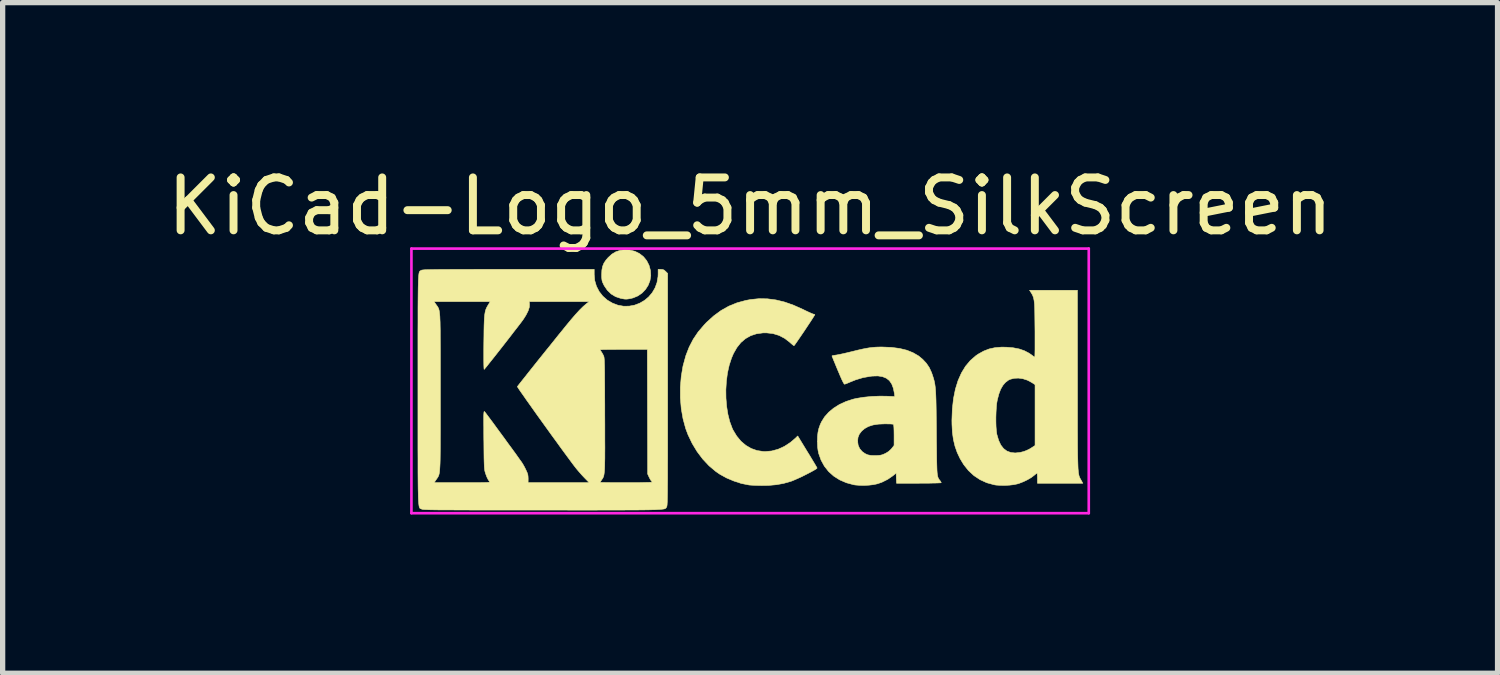
<source format=kicad_pcb>
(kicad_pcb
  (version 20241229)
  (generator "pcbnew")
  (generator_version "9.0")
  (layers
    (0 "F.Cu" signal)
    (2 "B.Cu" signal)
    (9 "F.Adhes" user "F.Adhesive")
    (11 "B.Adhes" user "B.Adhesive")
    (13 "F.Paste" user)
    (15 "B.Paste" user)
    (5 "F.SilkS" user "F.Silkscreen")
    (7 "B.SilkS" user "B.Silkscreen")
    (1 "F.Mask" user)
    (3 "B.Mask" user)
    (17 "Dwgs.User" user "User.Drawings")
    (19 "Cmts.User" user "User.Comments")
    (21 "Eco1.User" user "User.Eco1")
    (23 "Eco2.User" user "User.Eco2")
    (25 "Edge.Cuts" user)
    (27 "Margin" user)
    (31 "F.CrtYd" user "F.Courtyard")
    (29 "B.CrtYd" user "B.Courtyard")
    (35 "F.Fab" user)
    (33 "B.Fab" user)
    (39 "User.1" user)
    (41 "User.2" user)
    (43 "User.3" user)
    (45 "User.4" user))
  (footprint "KiCad-Logo_5mm_SilkScreen"
    (layer "F.Cu")
    (at 11.125 4.648)
    (property "Reference" "KiCad-Logo_5mm_SilkScreen" (at 0 -3.8 0) (layer "F.SilkS") (effects (font (size 1 1) (thickness 0.15))))
    (attr exclude_from_pos_files exclude_from_bom)
    (fp_poly (pts (xy -2.273 -2.973) (xy -2.177 -2.949) (xy -2.09 -2.906) (xy -2.015 -2.847) (xy -1.954 -2.772) (xy -1.909 -2.683) (xy -1.883 -2.586) (xy -1.877 -2.489) (xy -1.892 -2.395) (xy -1.926 -2.307) (xy -1.977 -2.228) (xy -2.042 -2.16) (xy -2.121 -2.106) (xy -2.212 -2.068) (xy -2.263 -2.056) (xy -2.308 -2.048) (xy -2.342 -2.045) (xy -2.375 -2.047) (xy -2.415 -2.054) (xy -2.449 -2.061) (xy -2.542 -2.092) (xy -2.626 -2.143) (xy -2.698 -2.213) (xy -2.756 -2.298) (xy -2.77 -2.326) (xy -2.787 -2.362) (xy -2.797 -2.392) (xy -2.802 -2.425) (xy -2.805 -2.466) (xy -2.805 -2.512) (xy -2.801 -2.596) (xy -2.787 -2.665) (xy -2.762 -2.726) (xy -2.723 -2.784) (xy -2.684 -2.829) (xy -2.612 -2.895) (xy -2.537 -2.94) (xy -2.455 -2.967) (xy -2.377 -2.977) (xy -2.273 -2.973)) (stroke (width 0.01) (type solid)) (fill yes) (layer "F.SilkS"))
    (fp_poly (pts (xy 0.328 -2.051) (xy 0.489 -2.03) (xy 0.653 -1.99) (xy 0.822 -1.93) (xy 1 -1.851) (xy 1.011 -1.845) (xy 1.069 -1.817) (xy 1.121 -1.793) (xy 1.162 -1.775) (xy 1.19 -1.764) (xy 1.2 -1.761) (xy 1.219 -1.756) (xy 1.224 -1.752) (xy 1.218 -1.741) (xy 1.202 -1.715) (xy 1.177 -1.676) (xy 1.145 -1.626) (xy 1.107 -1.569) (xy 1.066 -1.507) (xy 1.023 -1.442) (xy 0.98 -1.379) (xy 0.939 -1.319) (xy 0.902 -1.265) (xy 0.871 -1.22) (xy 0.847 -1.186) (xy 0.832 -1.167) (xy 0.83 -1.165) (xy 0.82 -1.17) (xy 0.798 -1.187) (xy 0.767 -1.214) (xy 0.752 -1.228) (xy 0.655 -1.303) (xy 0.548 -1.359) (xy 0.433 -1.394) (xy 0.31 -1.408) (xy 0.241 -1.407) (xy 0.119 -1.39) (xy 0.01 -1.354) (xy -0.087 -1.299) (xy -0.174 -1.225) (xy -0.249 -1.131) (xy -0.314 -1.018) (xy -0.351 -0.931) (xy -0.395 -0.796) (xy -0.428 -0.648) (xy -0.448 -0.493) (xy -0.458 -0.333) (xy -0.456 -0.173) (xy -0.443 -0.016) (xy -0.419 0.133) (xy -0.384 0.271) (xy -0.338 0.395) (xy -0.322 0.429) (xy -0.253 0.543) (xy -0.173 0.64) (xy -0.081 0.718) (xy 0.02 0.777) (xy 0.13 0.816) (xy 0.247 0.834) (xy 0.289 0.835) (xy 0.41 0.824) (xy 0.531 0.791) (xy 0.649 0.737) (xy 0.762 0.663) (xy 0.854 0.585) (xy 0.9 0.54) (xy 1.081 0.837) (xy 1.127 0.911) (xy 1.168 0.98) (xy 1.204 1.039) (xy 1.233 1.088) (xy 1.254 1.124) (xy 1.265 1.144) (xy 1.266 1.147) (xy 1.258 1.157) (xy 1.233 1.174) (xy 1.193 1.197) (xy 1.142 1.225) (xy 1.084 1.255) (xy 1.021 1.287) (xy 0.958 1.318) (xy 0.896 1.346) (xy 0.839 1.371) (xy 0.791 1.391) (xy 0.768 1.399) (xy 0.634 1.437) (xy 0.496 1.462) (xy 0.349 1.475) (xy 0.222 1.477) (xy 0.154 1.476) (xy 0.088 1.474) (xy 0.031 1.471) (xy -0.013 1.468) (xy -0.027 1.466) (xy -0.166 1.438) (xy -0.307 1.392) (xy -0.445 1.334) (xy -0.572 1.264) (xy -0.649 1.211) (xy -0.777 1.103) (xy -0.895 0.977) (xy -1.002 0.835) (xy -1.095 0.681) (xy -1.173 0.518) (xy -1.217 0.401) (xy -1.267 0.217) (xy -1.301 0.023) (xy -1.318 -0.179) (xy -1.318 -0.382) (xy -1.301 -0.584) (xy -1.268 -0.781) (xy -1.217 -0.967) (xy -1.214 -0.978) (xy -1.151 -1.14) (xy -1.074 -1.288) (xy -0.981 -1.426) (xy -0.868 -1.558) (xy -0.825 -1.604) (xy -0.688 -1.728) (xy -0.549 -1.83) (xy -0.403 -1.912) (xy -0.249 -1.975) (xy -0.084 -2.02) (xy 0.011 -2.038) (xy 0.17 -2.054) (xy 0.328 -2.051)) (stroke (width 0.01) (type solid)) (fill yes) (layer "F.SilkS"))
    (fp_poly (pts (xy 6.187 -0.528) (xy 6.187 -0.293) (xy 6.187 -0.08) (xy 6.187 0.112) (xy 6.187 0.285) (xy 6.187 0.441) (xy 6.188 0.579) (xy 6.188 0.701) (xy 6.189 0.808) (xy 6.19 0.901) (xy 6.192 0.982) (xy 6.194 1.051) (xy 6.196 1.11) (xy 6.198 1.159) (xy 6.202 1.2) (xy 6.205 1.234) (xy 6.21 1.262) (xy 6.214 1.285) (xy 6.22 1.304) (xy 6.226 1.321) (xy 6.233 1.335) (xy 6.24 1.349) (xy 6.249 1.364) (xy 6.254 1.373) (xy 6.288 1.434) (xy 5.43 1.434) (xy 5.43 1.338) (xy 5.429 1.294) (xy 5.427 1.261) (xy 5.424 1.243) (xy 5.423 1.242) (xy 5.412 1.249) (xy 5.389 1.267) (xy 5.366 1.286) (xy 5.312 1.327) (xy 5.242 1.368) (xy 5.165 1.405) (xy 5.088 1.435) (xy 5.057 1.445) (xy 4.989 1.46) (xy 4.906 1.47) (xy 4.816 1.475) (xy 4.728 1.474) (xy 4.649 1.469) (xy 4.612 1.463) (xy 4.473 1.425) (xy 4.346 1.367) (xy 4.23 1.29) (xy 4.127 1.195) (xy 4.036 1.081) (xy 3.969 0.97) (xy 3.914 0.854) (xy 3.872 0.734) (xy 3.842 0.608) (xy 3.823 0.472) (xy 3.815 0.32) (xy 3.814 0.243) (xy 3.816 0.186) (xy 4.645 0.186) (xy 4.645 0.279) (xy 4.648 0.367) (xy 4.654 0.444) (xy 4.662 0.505) (xy 4.665 0.517) (xy 4.697 0.625) (xy 4.738 0.712) (xy 4.79 0.779) (xy 4.853 0.826) (xy 4.926 0.853) (xy 5.011 0.862) (xy 5.107 0.851) (xy 5.17 0.835) (xy 5.219 0.817) (xy 5.274 0.791) (xy 5.314 0.767) (xy 5.385 0.721) (xy 5.385 -0.429) (xy 5.317 -0.473) (xy 5.239 -0.514) (xy 5.155 -0.541) (xy 5.07 -0.553) (xy 4.988 -0.549) (xy 4.915 -0.53) (xy 4.883 -0.515) (xy 4.826 -0.472) (xy 4.777 -0.415) (xy 4.735 -0.342) (xy 4.701 -0.252) (xy 4.672 -0.141) (xy 4.671 -0.135) (xy 4.66 -0.073) (xy 4.653 0.005) (xy 4.648 0.093) (xy 4.645 0.186) (xy 3.816 0.186) (xy 3.822 0.03) (xy 3.844 -0.166) (xy 3.88 -0.345) (xy 3.93 -0.506) (xy 3.994 -0.65) (xy 4.071 -0.777) (xy 4.163 -0.886) (xy 4.268 -0.977) (xy 4.314 -1.008) (xy 4.415 -1.064) (xy 4.518 -1.104) (xy 4.628 -1.128) (xy 4.749 -1.138) (xy 4.842 -1.137) (xy 4.971 -1.126) (xy 5.084 -1.104) (xy 5.183 -1.07) (xy 5.271 -1.024) (xy 5.32 -0.99) (xy 5.349 -0.968) (xy 5.371 -0.953) (xy 5.379 -0.948) (xy 5.381 -0.959) (xy 5.382 -0.99) (xy 5.383 -1.037) (xy 5.384 -1.1) (xy 5.384 -1.173) (xy 5.384 -1.256) (xy 5.384 -1.344) (xy 5.384 -1.436) (xy 5.383 -1.528) (xy 5.382 -1.618) (xy 5.381 -1.704) (xy 5.38 -1.781) (xy 5.379 -1.848) (xy 5.377 -1.902) (xy 5.375 -1.94) (xy 5.375 -1.947) (xy 5.367 -2.018) (xy 5.356 -2.073) (xy 5.338 -2.12) (xy 5.312 -2.166) (xy 5.305 -2.176) (xy 5.281 -2.213) (xy 6.186 -2.213) (xy 6.187 -0.528)) (stroke (width 0.01) (type solid)) (fill yes) (layer "F.SilkS"))
    (fp_poly (pts (xy 2.674 -1.133) (xy 2.825 -1.113) (xy 2.961 -1.08) (xy 3.08 -1.032) (xy 3.185 -0.971) (xy 3.262 -0.907) (xy 3.331 -0.833) (xy 3.385 -0.753) (xy 3.428 -0.661) (xy 3.443 -0.618) (xy 3.456 -0.579) (xy 3.467 -0.543) (xy 3.477 -0.508) (xy 3.485 -0.472) (xy 3.492 -0.433) (xy 3.498 -0.39) (xy 3.503 -0.34) (xy 3.507 -0.283) (xy 3.51 -0.215) (xy 3.513 -0.136) (xy 3.515 -0.043) (xy 3.517 0.066) (xy 3.518 0.192) (xy 3.52 0.337) (xy 3.521 0.48) (xy 3.522 0.636) (xy 3.524 0.771) (xy 3.525 0.887) (xy 3.526 0.986) (xy 3.528 1.068) (xy 3.53 1.136) (xy 3.532 1.192) (xy 3.535 1.236) (xy 3.539 1.271) (xy 3.544 1.299) (xy 3.55 1.321) (xy 3.557 1.338) (xy 3.565 1.352) (xy 3.574 1.366) (xy 3.585 1.38) (xy 3.59 1.385) (xy 3.605 1.408) (xy 3.612 1.423) (xy 3.612 1.424) (xy 3.602 1.426) (xy 3.571 1.428) (xy 3.522 1.43) (xy 3.458 1.431) (xy 3.382 1.433) (xy 3.295 1.433) (xy 3.2 1.434) (xy 3.19 1.434) (xy 2.767 1.434) (xy 2.763 1.338) (xy 2.76 1.242) (xy 2.698 1.293) (xy 2.601 1.36) (xy 2.491 1.415) (xy 2.404 1.445) (xy 2.335 1.46) (xy 2.252 1.47) (xy 2.162 1.475) (xy 2.074 1.474) (xy 1.995 1.468) (xy 1.959 1.463) (xy 1.819 1.425) (xy 1.692 1.37) (xy 1.58 1.299) (xy 1.484 1.213) (xy 1.404 1.112) (xy 1.341 0.997) (xy 1.296 0.871) (xy 1.284 0.814) (xy 1.276 0.752) (xy 1.273 0.677) (xy 1.272 0.643) (xy 1.272 0.64) (xy 2.032 0.64) (xy 2.042 0.715) (xy 2.07 0.779) (xy 2.118 0.835) (xy 2.123 0.839) (xy 2.172 0.874) (xy 2.223 0.897) (xy 2.284 0.909) (xy 2.359 0.911) (xy 2.377 0.911) (xy 2.431 0.908) (xy 2.471 0.903) (xy 2.506 0.893) (xy 2.545 0.876) (xy 2.556 0.871) (xy 2.616 0.835) (xy 2.663 0.792) (xy 2.676 0.777) (xy 2.721 0.72) (xy 2.721 0.525) (xy 2.72 0.446) (xy 2.718 0.388) (xy 2.715 0.349) (xy 2.711 0.327) (xy 2.707 0.32) (xy 2.691 0.317) (xy 2.657 0.314) (xy 2.61 0.313) (xy 2.555 0.312) (xy 2.546 0.312) (xy 2.425 0.317) (xy 2.323 0.333) (xy 2.236 0.361) (xy 2.164 0.401) (xy 2.109 0.448) (xy 2.064 0.506) (xy 2.039 0.569) (xy 2.032 0.64) (xy 1.272 0.64) (xy 1.274 0.55) (xy 1.283 0.471) (xy 1.299 0.4) (xy 1.324 0.329) (xy 1.348 0.276) (xy 1.407 0.181) (xy 1.485 0.093) (xy 1.58 0.014) (xy 1.69 -0.055) (xy 1.813 -0.111) (xy 1.945 -0.154) (xy 2.009 -0.169) (xy 2.146 -0.191) (xy 2.294 -0.206) (xy 2.446 -0.212) (xy 2.572 -0.211) (xy 2.734 -0.204) (xy 2.727 -0.263) (xy 2.707 -0.362) (xy 2.676 -0.443) (xy 2.632 -0.506) (xy 2.575 -0.551) (xy 2.503 -0.58) (xy 2.416 -0.594) (xy 2.313 -0.591) (xy 2.275 -0.587) (xy 2.134 -0.562) (xy 1.997 -0.521) (xy 1.902 -0.483) (xy 1.857 -0.464) (xy 1.819 -0.448) (xy 1.792 -0.439) (xy 1.785 -0.437) (xy 1.775 -0.446) (xy 1.758 -0.475) (xy 1.734 -0.524) (xy 1.703 -0.594) (xy 1.665 -0.684) (xy 1.658 -0.7) (xy 1.628 -0.772) (xy 1.601 -0.838) (xy 1.578 -0.893) (xy 1.561 -0.936) (xy 1.55 -0.963) (xy 1.547 -0.972) (xy 1.557 -0.977) (xy 1.583 -0.982) (xy 1.611 -0.986) (xy 1.642 -0.991) (xy 1.689 -1) (xy 1.751 -1.013) (xy 1.821 -1.029) (xy 1.896 -1.047) (xy 1.925 -1.054) (xy 2.03 -1.08) (xy 2.117 -1.1) (xy 2.192 -1.115) (xy 2.258 -1.126) (xy 2.319 -1.133) (xy 2.381 -1.138) (xy 2.446 -1.14) (xy 2.504 -1.14) (xy 2.674 -1.133)) (stroke (width 0.01) (type solid)) (fill yes) (layer "F.SilkS"))
    (fp_poly (pts (xy -2.946 -2.511) (xy -2.936 -2.397) (xy -2.904 -2.289) (xy -2.853 -2.19) (xy -2.784 -2.102) (xy -2.699 -2.027) (xy -2.602 -1.97) (xy -2.496 -1.93) (xy -2.389 -1.911) (xy -2.283 -1.913) (xy -2.181 -1.932) (xy -2.085 -1.969) (xy -1.996 -2.021) (xy -1.917 -2.087) (xy -1.849 -2.167) (xy -1.796 -2.258) (xy -1.759 -2.359) (xy -1.74 -2.47) (xy -1.738 -2.52) (xy -1.738 -2.608) (xy -1.687 -2.608) (xy -1.65 -2.605) (xy -1.623 -2.593) (xy -1.596 -2.569) (xy -1.558 -2.531) (xy -1.558 -0.339) (xy -1.558 -0.077) (xy -1.558 0.163) (xy -1.558 0.383) (xy -1.558 0.583) (xy -1.558 0.764) (xy -1.558 0.928) (xy -1.559 1.074) (xy -1.559 1.205) (xy -1.559 1.32) (xy -1.56 1.421) (xy -1.561 1.509) (xy -1.561 1.585) (xy -1.562 1.65) (xy -1.563 1.704) (xy -1.564 1.749) (xy -1.565 1.786) (xy -1.567 1.815) (xy -1.568 1.837) (xy -1.57 1.854) (xy -1.572 1.866) (xy -1.574 1.874) (xy -1.576 1.88) (xy -1.577 1.882) (xy -1.581 1.889) (xy -1.585 1.895) (xy -1.589 1.901) (xy -1.594 1.906) (xy -1.601 1.911) (xy -1.611 1.916) (xy -1.625 1.92) (xy -1.645 1.923) (xy -1.669 1.926) (xy -1.701 1.929) (xy -1.741 1.931) (xy -1.789 1.934) (xy -1.846 1.935) (xy -1.914 1.937) (xy -1.994 1.938) (xy -2.085 1.939) (xy -2.19 1.94) (xy -2.309 1.94) (xy -2.443 1.941) (xy -2.593 1.941) (xy -2.76 1.941) (xy -2.945 1.942) (xy -3.149 1.942) (xy -3.372 1.942) (xy -3.616 1.941) (xy -3.881 1.941) (xy -3.92 1.941) (xy -4.187 1.941) (xy -4.432 1.941) (xy -4.657 1.941) (xy -4.861 1.941) (xy -5.047 1.941) (xy -5.215 1.941) (xy -5.366 1.94) (xy -5.501 1.94) (xy -5.62 1.939) (xy -5.725 1.939) (xy -5.817 1.938) (xy -5.896 1.938) (xy -5.964 1.937) (xy -6.021 1.936) (xy -6.069 1.935) (xy -6.107 1.933) (xy -6.138 1.932) (xy -6.162 1.931) (xy -6.18 1.929) (xy -6.192 1.927) (xy -6.201 1.925) (xy -6.205 1.923) (xy -6.214 1.92) (xy -6.221 1.917) (xy -6.229 1.915) (xy -6.235 1.911) (xy -6.241 1.906) (xy -6.246 1.897) (xy -6.251 1.885) (xy -6.255 1.869) (xy -6.259 1.846) (xy -6.262 1.818) (xy -6.265 1.781) (xy -6.268 1.737) (xy -6.27 1.683) (xy -6.271 1.618) (xy -6.273 1.543) (xy -6.274 1.455) (xy -6.275 1.354) (xy -6.276 1.239) (xy -6.276 1.11) (xy -6.276 0.964) (xy -6.277 0.802) (xy -6.277 0.621) (xy -6.277 0.422) (xy -6.277 0.204) (xy -6.277 -0.035) (xy -6.277 -0.296) (xy -6.277 -0.338) (xy -6.277 -0.601) (xy -6.277 -0.842) (xy -6.277 -1.063) (xy -6.277 -1.264) (xy -6.277 -1.446) (xy -6.276 -1.61) (xy -6.276 -1.757) (xy -6.276 -1.888) (xy -6.275 -1.998) (xy -5.972 -1.998) (xy -5.932 -1.94) (xy -5.921 -1.925) (xy -5.911 -1.911) (xy -5.902 -1.897) (xy -5.894 -1.883) (xy -5.887 -1.868) (xy -5.881 -1.849) (xy -5.875 -1.826) (xy -5.871 -1.798) (xy -5.867 -1.764) (xy -5.863 -1.722) (xy -5.861 -1.67) (xy -5.858 -1.609) (xy -5.857 -1.537) (xy -5.855 -1.452) (xy -5.855 -1.354) (xy -5.854 -1.24) (xy -5.853 -1.111) (xy -5.853 -0.965) (xy -5.853 -0.8) (xy -5.853 -0.616) (xy -5.853 -0.41) (xy -5.853 -0.288) (xy -5.853 -0.071) (xy -5.853 0.125) (xy -5.853 0.3) (xy -5.853 0.456) (xy -5.854 0.595) (xy -5.854 0.717) (xy -5.855 0.823) (xy -5.856 0.915) (xy -5.857 0.994) (xy -5.859 1.062) (xy -5.862 1.118) (xy -5.865 1.165) (xy -5.868 1.204) (xy -5.872 1.235) (xy -5.877 1.261) (xy -5.883 1.282) (xy -5.89 1.299) (xy -5.897 1.314) (xy -5.906 1.327) (xy -5.915 1.341) (xy -5.925 1.356) (xy -5.932 1.365) (xy -5.97 1.422) (xy -5.439 1.422) (xy -5.315 1.422) (xy -5.213 1.422) (xy -5.129 1.422) (xy -5.063 1.421) (xy -5.012 1.42) (xy -4.974 1.419) (xy -4.948 1.417) (xy -4.932 1.415) (xy -4.923 1.412) (xy -4.921 1.408) (xy -4.923 1.404) (xy -4.925 1.403) (xy -4.95 1.366) (xy -4.976 1.313) (xy -4.999 1.251) (xy -5.007 1.224) (xy -5.012 1.206) (xy -5.016 1.185) (xy -5.019 1.159) (xy -5.022 1.126) (xy -5.024 1.083) (xy -5.026 1.028) (xy -5.028 0.96) (xy -5.029 0.877) (xy -5.03 0.775) (xy -5.031 0.654) (xy -5.032 0.61) (xy -5.033 0.484) (xy -5.033 0.38) (xy -5.034 0.295) (xy -5.034 0.227) (xy -5.034 0.174) (xy -5.033 0.135) (xy -5.031 0.107) (xy -5.029 0.09) (xy -5.027 0.081) (xy -5.023 0.078) (xy -5.019 0.08) (xy -5.015 0.085) (xy -5.004 0.098) (xy -4.982 0.127) (xy -4.95 0.17) (xy -4.909 0.225) (xy -4.861 0.289) (xy -4.808 0.362) (xy -4.751 0.44) (xy -4.691 0.521) (xy -4.631 0.603) (xy -4.572 0.685) (xy -4.514 0.763) (xy -4.461 0.836) (xy -4.413 0.902) (xy -4.373 0.959) (xy -4.341 1.004) (xy -4.318 1.035) (xy -4.314 1.041) (xy -4.291 1.078) (xy -4.264 1.126) (xy -4.239 1.176) (xy -4.236 1.183) (xy -4.214 1.231) (xy -4.201 1.268) (xy -4.196 1.304) (xy -4.194 1.346) (xy -4.195 1.422) (xy -3.041 1.422) (xy -3.132 1.329) (xy -3.179 1.279) (xy -3.229 1.222) (xy -3.275 1.168) (xy -3.295 1.143) (xy -3.326 1.103) (xy -3.366 1.05) (xy -3.414 0.985) (xy -3.47 0.909) (xy -3.532 0.825) (xy -3.599 0.733) (xy -3.669 0.636) (xy -3.743 0.535) (xy -3.817 0.432) (xy -3.892 0.328) (xy -3.966 0.225) (xy -4.038 0.125) (xy -4.106 0.029) (xy -4.17 -0.061) (xy -4.229 -0.144) (xy -4.28 -0.218) (xy -4.324 -0.28) (xy -4.359 -0.33) (xy -4.383 -0.367) (xy -4.396 -0.387) (xy -4.398 -0.391) (xy -4.39 -0.403) (xy -4.369 -0.43) (xy -4.337 -0.471) (xy -4.294 -0.525) (xy -4.243 -0.589) (xy -4.185 -0.663) (xy -4.12 -0.744) (xy -4.051 -0.831) (xy -3.979 -0.921) (xy -3.904 -1.014) (xy -3.845 -1.088) (xy -2.834 -1.088) (xy -2.828 -1.075) (xy -2.813 -1.053) (xy -2.812 -1.052) (xy -2.793 -1.021) (xy -2.774 -0.985) (xy -2.77 -0.976) (xy -2.766 -0.968) (xy -2.763 -0.958) (xy -2.76 -0.945) (xy -2.758 -0.927) (xy -2.756 -0.904) (xy -2.754 -0.873) (xy -2.753 -0.833) (xy -2.751 -0.784) (xy -2.75 -0.723) (xy -2.749 -0.649) (xy -2.749 -0.561) (xy -2.748 -0.457) (xy -2.747 -0.337) (xy -2.747 -0.198) (xy -2.746 -0.039) (xy -2.746 0.14) (xy -2.745 0.325) (xy -2.745 0.489) (xy -2.745 0.633) (xy -2.744 0.759) (xy -2.745 0.868) (xy -2.745 0.961) (xy -2.747 1.04) (xy -2.748 1.106) (xy -2.75 1.161) (xy -2.753 1.206) (xy -2.757 1.242) (xy -2.761 1.271) (xy -2.766 1.295) (xy -2.772 1.313) (xy -2.779 1.329) (xy -2.787 1.344) (xy -2.797 1.358) (xy -2.805 1.37) (xy -2.822 1.396) (xy -2.832 1.414) (xy -2.834 1.417) (xy -2.823 1.418) (xy -2.791 1.419) (xy -2.742 1.42) (xy -2.677 1.421) (xy -2.599 1.422) (xy -2.51 1.422) (xy -2.411 1.422) (xy -2.342 1.422) (xy -2.237 1.422) (xy -2.141 1.422) (xy -2.054 1.421) (xy -1.98 1.419) (xy -1.921 1.418) (xy -1.879 1.416) (xy -1.855 1.414) (xy -1.851 1.412) (xy -1.859 1.398) (xy -1.867 1.39) (xy -1.88 1.372) (xy -1.897 1.342) (xy -1.909 1.318) (xy -1.936 1.259) (xy -1.939 0.082) (xy -1.942 -1.095) (xy -2.388 -1.095) (xy -2.486 -1.095) (xy -2.576 -1.094) (xy -2.657 -1.094) (xy -2.725 -1.093) (xy -2.779 -1.092) (xy -2.815 -1.09) (xy -2.833 -1.089) (xy -2.834 -1.088) (xy -3.845 -1.088) (xy -3.829 -1.107) (xy -3.755 -1.199) (xy -3.683 -1.289) (xy -3.615 -1.374) (xy -3.551 -1.452) (xy -3.494 -1.523) (xy -3.444 -1.584) (xy -3.403 -1.633) (xy -3.386 -1.654) (xy -3.3 -1.754) (xy -3.223 -1.838) (xy -3.154 -1.906) (xy -3.091 -1.96) (xy -3.082 -1.967) (xy -3.042 -1.998) (xy -4.174 -1.998) (xy -4.169 -1.95) (xy -4.172 -1.893) (xy -4.194 -1.825) (xy -4.234 -1.745) (xy -4.279 -1.673) (xy -4.295 -1.65) (xy -4.323 -1.612) (xy -4.361 -1.562) (xy -4.408 -1.501) (xy -4.462 -1.432) (xy -4.52 -1.356) (xy -4.582 -1.276) (xy -4.646 -1.194) (xy -4.71 -1.112) (xy -4.773 -1.032) (xy -4.832 -0.957) (xy -4.887 -0.888) (xy -4.935 -0.828) (xy -4.974 -0.778) (xy -5.004 -0.742) (xy -5.022 -0.72) (xy -5.025 -0.717) (xy -5.028 -0.725) (xy -5.03 -0.755) (xy -5.032 -0.807) (xy -5.033 -0.881) (xy -5.033 -0.977) (xy -5.033 -1.094) (xy -5.032 -1.214) (xy -5.03 -1.346) (xy -5.029 -1.457) (xy -5.027 -1.551) (xy -5.024 -1.629) (xy -5.021 -1.692) (xy -5.016 -1.745) (xy -5.009 -1.788) (xy -5.002 -1.823) (xy -4.992 -1.854) (xy -4.98 -1.882) (xy -4.965 -1.91) (xy -4.95 -1.935) (xy -4.912 -1.998) (xy -5.972 -1.998) (xy -6.275 -1.998) (xy -6.275 -2.004) (xy -6.274 -2.106) (xy -6.273 -2.195) (xy -6.272 -2.272) (xy -6.27 -2.337) (xy -6.269 -2.393) (xy -6.266 -2.438) (xy -6.264 -2.475) (xy -6.261 -2.505) (xy -6.258 -2.528) (xy -6.254 -2.546) (xy -6.25 -2.559) (xy -6.245 -2.568) (xy -6.24 -2.574) (xy -6.234 -2.579) (xy -6.228 -2.582) (xy -6.222 -2.586) (xy -6.216 -2.589) (xy -6.21 -2.592) (xy -6.202 -2.594) (xy -6.19 -2.596) (xy -6.173 -2.598) (xy -6.149 -2.6) (xy -6.118 -2.601) (xy -6.079 -2.602) (xy -6.03 -2.603) (xy -5.971 -2.604) (xy -5.899 -2.605) (xy -5.815 -2.606) (xy -5.718 -2.606) (xy -5.605 -2.607) (xy -5.476 -2.607) (xy -5.33 -2.607) (xy -5.166 -2.608) (xy -4.982 -2.608) (xy -4.778 -2.608) (xy -4.567 -2.608) (xy -2.946 -2.608) (xy -2.946 -2.511)) (stroke (width 0.01) (type solid)) (fill yes) (layer "F.SilkS"))
    (fp_line (start -6.4 -3) (end 6.4 -3) (stroke (width 0.05) (type solid)) (layer "F.CrtYd"))
    (fp_line (start -6.4 2) (end -6.4 -3) (stroke (width 0.05) (type solid)) (layer "F.CrtYd"))
    (fp_line (start -6.4 2) (end 6.4 2) (stroke (width 0.05) (type solid)) (layer "F.CrtYd"))
    (fp_line (start 6.4 2) (end 6.4 -3) (stroke (width 0.05) (type solid)) (layer "F.CrtYd")))
  (gr_rect
    (start -3 -3)
    (end 25.25 9.673)
    (stroke (width 0.1) (type default))
    (fill no)
    (layer "Edge.Cuts")))
</source>
